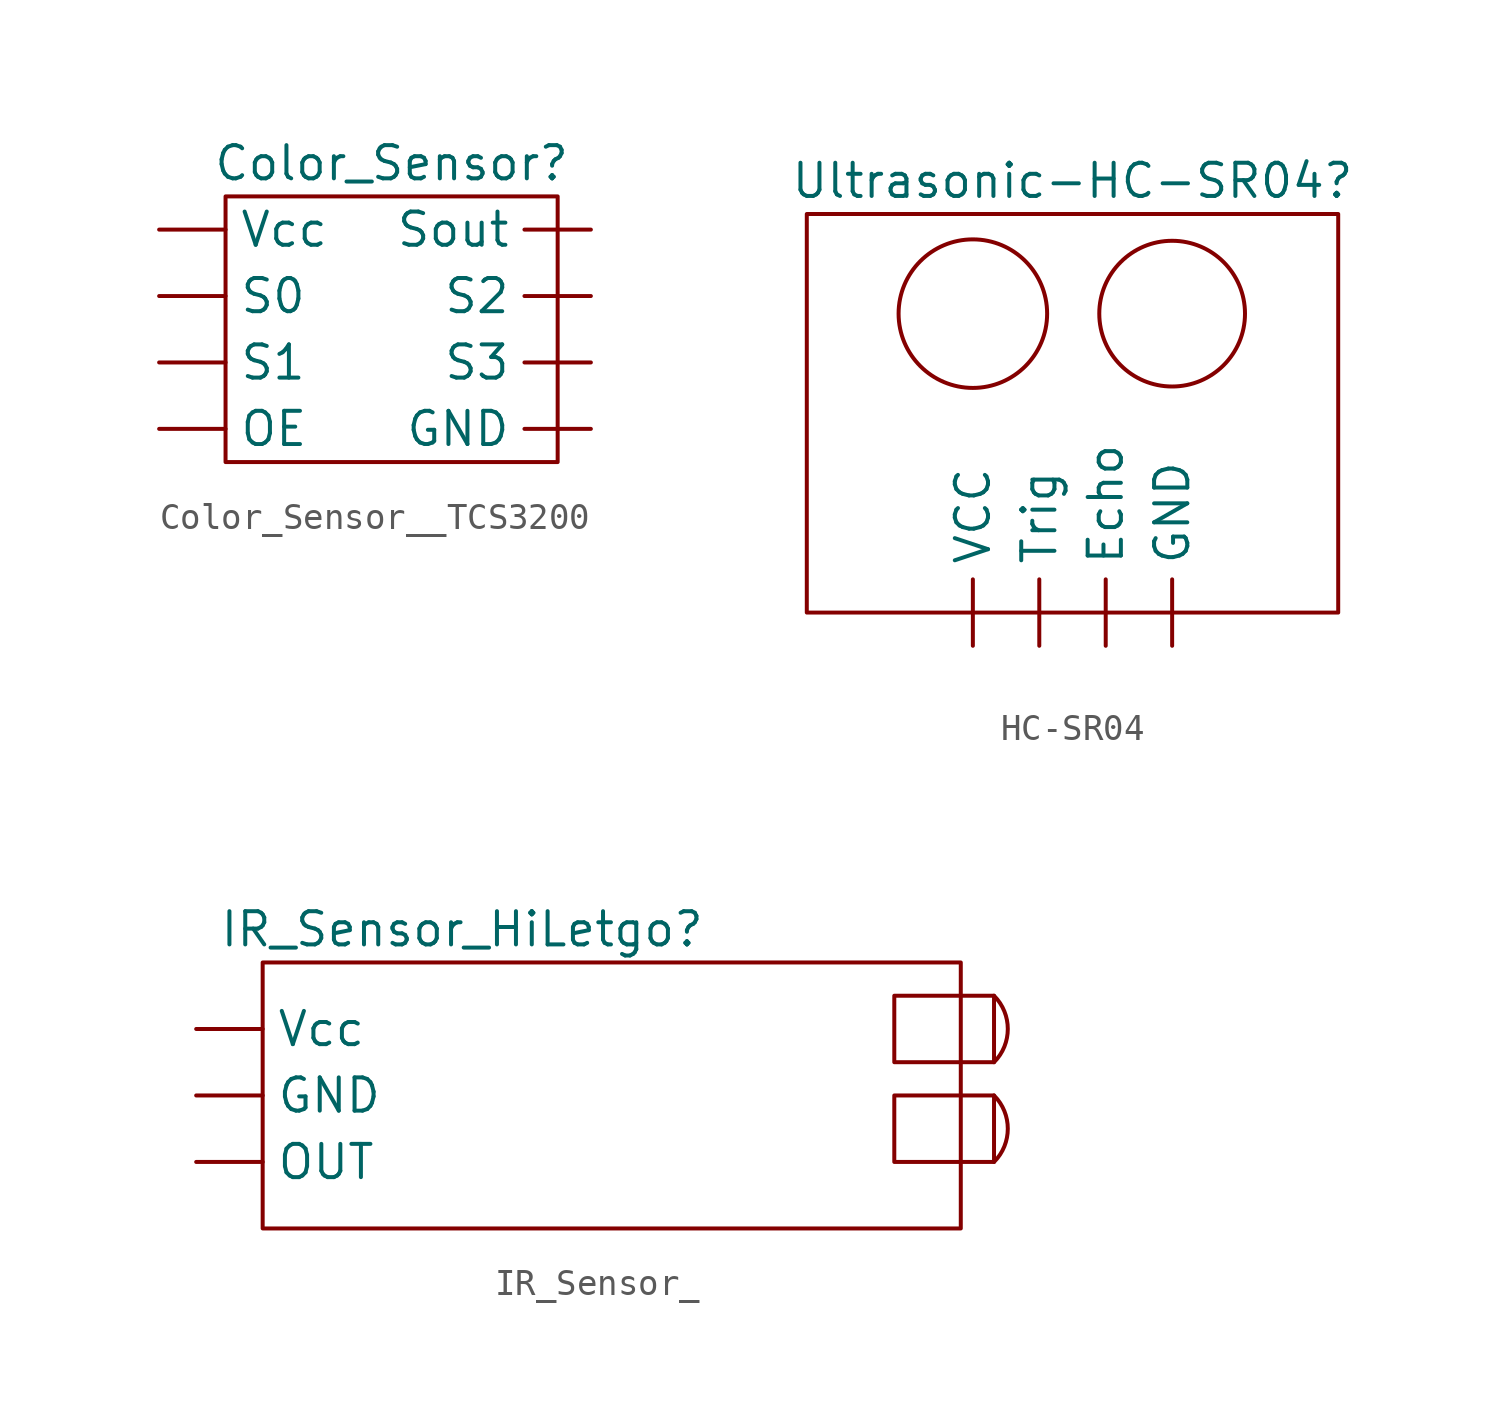
<source format=kicad_sym>
(kicad_symbol_lib
  (version 20220914)
  (generator kicad_symbol_editor)
  (symbol "Color_Sensor__TCS3200"
    (property "Reference" "Color_Sensor"
      (at 0 0 0)
      (effects (font (size 1.27 1.27))))
    (property "Value" ""
      (at 0 0 0)
      (effects (font (size 1.27 1.27))))
    (symbol "Color_Sensor__TCS3200_0_1"
      (rectangle (start -6.35 -1.27) (end 6.35 -11.43) (stroke (width 0) (type default)) (fill (type none))))
    (symbol "Color_Sensor__TCS3200_1_1"
      (pin input line (at 7.62 -10.16 180) (length 2.54) (name "GND" (effects (font (size 1.27 1.27)))) (number "" (effects (font (size 1.27 1.27)))))
      (pin input line (at -8.89 -10.16 0) (length 2.54) (name "OE" (effects (font (size 1.27 1.27)))) (number "" (effects (font (size 1.27 1.27)))))
      (pin input line (at -8.89 -5.08 0) (length 2.54) (name "S0" (effects (font (size 1.27 1.27)))) (number "" (effects (font (size 1.27 1.27)))))
      (pin input line (at -8.89 -7.62 0) (length 2.54) (name "S1" (effects (font (size 1.27 1.27)))) (number "" (effects (font (size 1.27 1.27)))))
      (pin input line (at 7.62 -5.08 180) (length 2.54) (name "S2" (effects (font (size 1.27 1.27)))) (number "" (effects (font (size 1.27 1.27)))))
      (pin input line (at 7.62 -7.62 180) (length 2.54) (name "S3" (effects (font (size 1.27 1.27)))) (number "" (effects (font (size 1.27 1.27)))))
      (pin input line (at 7.62 -2.54 180) (length 2.54) (name "Sout" (effects (font (size 1.27 1.27)))) (number "" (effects (font (size 1.27 1.27)))))
      (pin input line (at -8.89 -2.54 0) (length 2.54) (name "Vcc" (effects (font (size 1.27 1.27)))) (number "" (effects (font (size 1.27 1.27)))))))
  (symbol "HC-SR04"
    (property "Reference" "Ultrasonic-HC-SR04"
      (at -3.81 5.08 0)
      (effects (font (size 1.27 1.27))))
    (property "Value" ""
      (at -3.81 5.08 0)
      (effects (font (size 1.27 1.27))))
    (symbol "HC-SR04_0_1"
      (rectangle (start -13.97 3.81) (end 6.35 -11.43) (stroke (width 0) (type default)) (fill (type none)))
      (circle (center -7.62 0) (radius 2.84) (stroke (width 0) (type default)) (fill (type none)))
      (circle (center 0 0) (radius 2.786) (stroke (width 0) (type default)) (fill (type none))))
    (symbol "HC-SR04_1_1"
      (pin input line (at -2.54 -12.7 90) (length 2.54) (name "Echo" (effects (font (size 1.27 1.27)))) (number "" (effects (font (size 1.27 1.27)))))
      (pin input line (at 0 -12.7 90) (length 2.54) (name "GND" (effects (font (size 1.27 1.27)))) (number "" (effects (font (size 1.27 1.27)))))
      (pin input line (at -5.08 -12.7 90) (length 2.54) (name "Trig" (effects (font (size 1.27 1.27)))) (number "" (effects (font (size 1.27 1.27)))))
      (pin input line (at -7.62 -12.7 90) (length 2.54) (name "VCC" (effects (font (size 1.27 1.27)))) (number "" (effects (font (size 1.27 1.27)))))))
  (symbol "IR_Sensor_"
    (property "Reference" "IR_Sensor_HiLetgo"
      (at 0 0 0)
      (effects (font (size 1.27 1.27))))
    (property "Value" ""
      (at 0 0 0)
      (effects (font (size 1.27 1.27))))
    (symbol "IR_Sensor__0_1"
      (rectangle (start -7.62 -1.27) (end 19.05 -11.43) (stroke (width 0) (type default)) (fill (type none)))
      (rectangle (start 16.51 -6.35) (end 20.32 -8.89) (stroke (width 0) (type default)) (fill (type none)))
      (rectangle (start 16.51 -2.54) (end 20.32 -5.08) (stroke (width 0) (type default)) (fill (type none)))
      (arc (start 20.32 -8.89) (mid 20.846 -7.62) (end 20.32 -6.35) (stroke (width 0) (type default)) (fill (type none)))
      (arc (start 20.32 -5.08) (mid 20.846 -3.81) (end 20.32 -2.54) (stroke (width 0) (type default)) (fill (type none))))
    (symbol "IR_Sensor__1_1"
      (pin input line (at -10.16 -6.35 0) (length 2.54) (name "GND" (effects (font (size 1.27 1.27)))) (number "" (effects (font (size 1.27 1.27)))))
      (pin input line (at -10.16 -8.89 0) (length 2.54) (name "OUT" (effects (font (size 1.27 1.27)))) (number "" (effects (font (size 1.27 1.27)))))
      (pin input line (at -10.16 -3.81 0) (length 2.54) (name "Vcc" (effects (font (size 1.27 1.27)))) (number "" (effects (font (size 1.27 1.27))))))))
</source>
